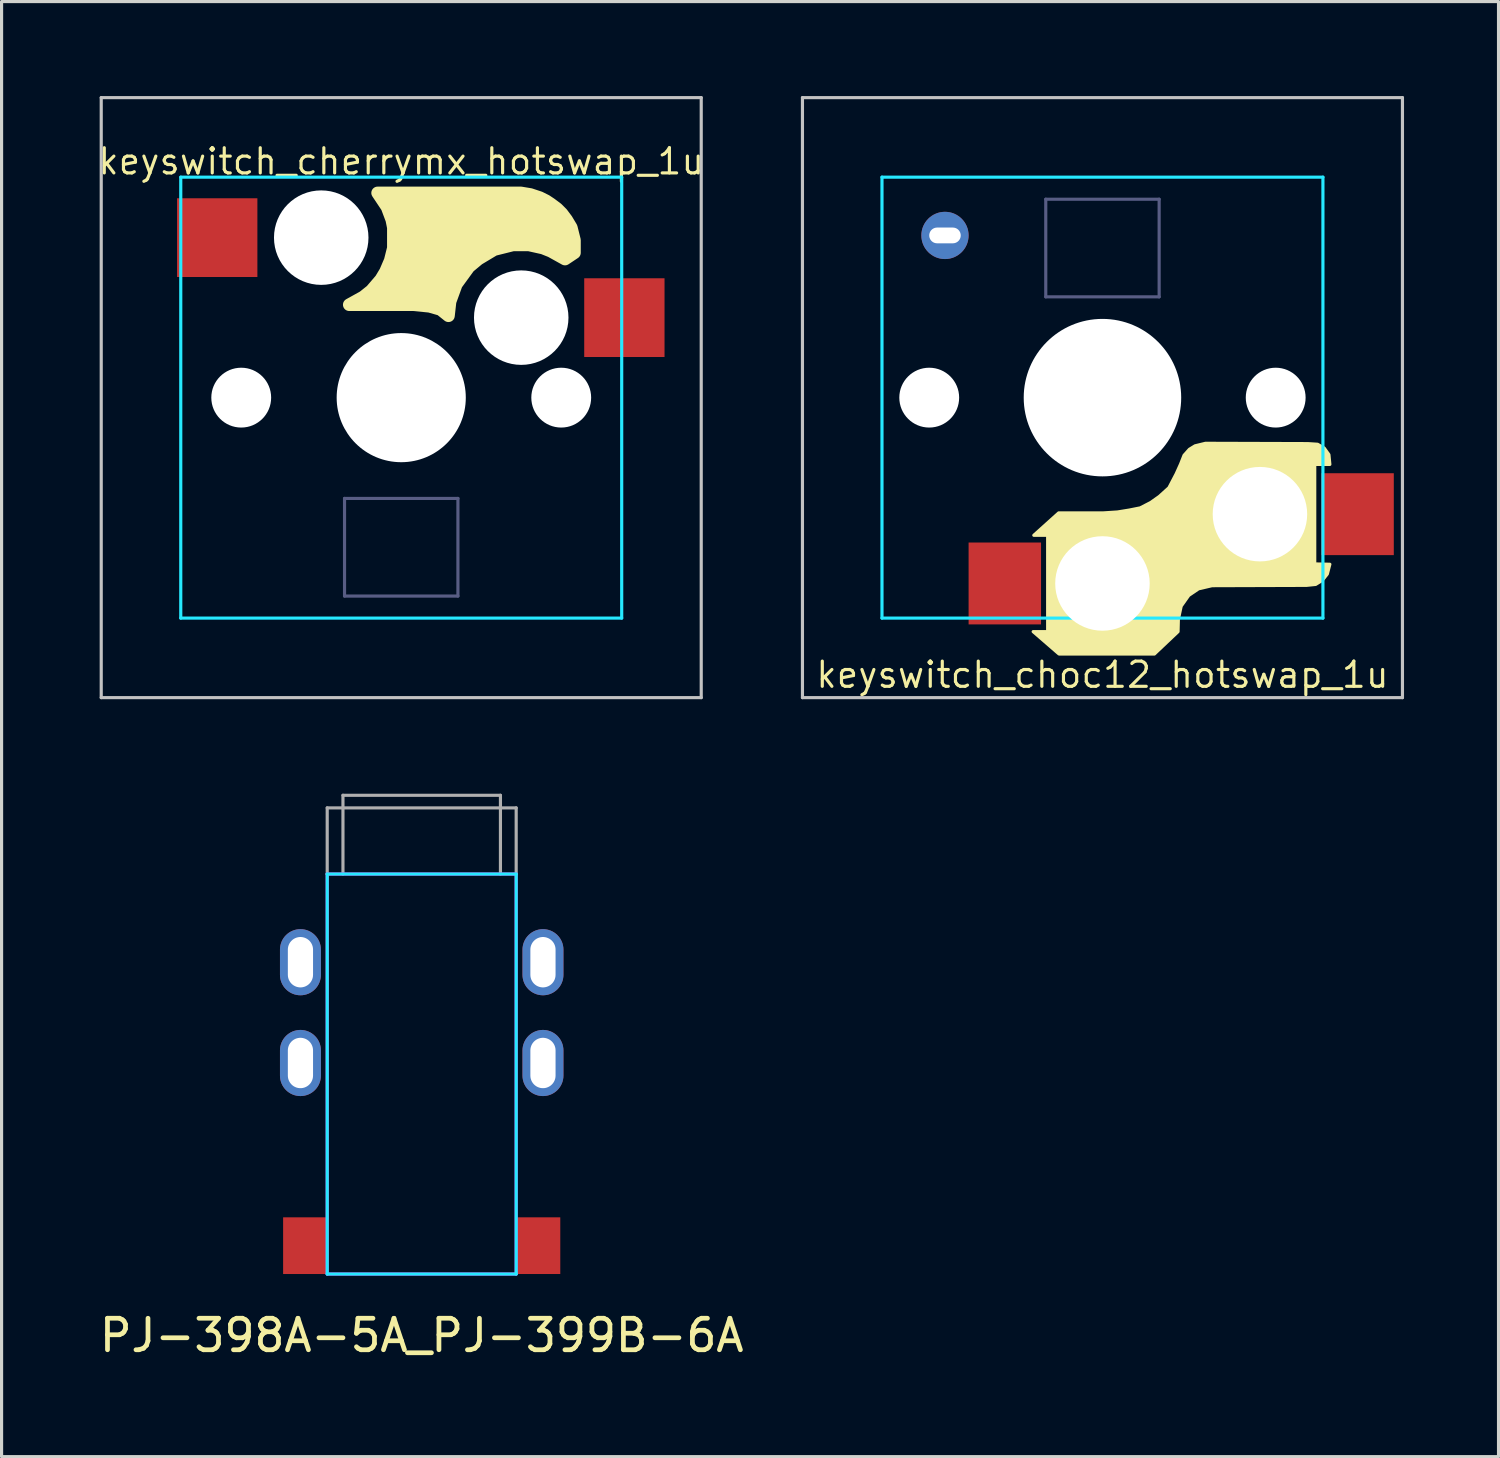
<source format=kicad_pcb>
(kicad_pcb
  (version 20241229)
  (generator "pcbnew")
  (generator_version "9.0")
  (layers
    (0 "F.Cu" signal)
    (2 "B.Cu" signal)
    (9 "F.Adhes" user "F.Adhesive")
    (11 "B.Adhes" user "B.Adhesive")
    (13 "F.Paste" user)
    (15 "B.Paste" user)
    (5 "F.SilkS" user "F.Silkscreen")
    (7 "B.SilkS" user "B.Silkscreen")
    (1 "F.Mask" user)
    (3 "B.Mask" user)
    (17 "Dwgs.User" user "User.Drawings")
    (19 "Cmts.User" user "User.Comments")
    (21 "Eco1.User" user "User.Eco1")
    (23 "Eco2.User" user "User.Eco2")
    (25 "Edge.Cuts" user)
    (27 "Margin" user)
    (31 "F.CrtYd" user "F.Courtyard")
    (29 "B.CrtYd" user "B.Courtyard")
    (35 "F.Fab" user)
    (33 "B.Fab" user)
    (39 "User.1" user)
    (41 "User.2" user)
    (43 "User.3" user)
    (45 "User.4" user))
  (footprint "PJ-398A-5A_PJ-399B-6A"
    (layer "F.Cu")
    (at 10.339 24.7)
    (property "Reference" "PJ-398A-5A_PJ-399B-6A" (at 0 14.65 0) (layer "F.SilkS") (effects (font (size 1 1) (thickness 0.15))))
    (attr through_hole)
    (fp_line (start -3 0) (end -3 12.7) (stroke (width 0.1) (type solid)) (layer "B.CrtYd"))
    (fp_line (start -3 0) (end 3 0) (stroke (width 0.1) (type solid)) (layer "B.CrtYd"))
    (fp_line (start -3 12.7) (end 3 12.7) (stroke (width 0.1) (type solid)) (layer "B.CrtYd"))
    (fp_line (start 3 0) (end 3 12.7) (stroke (width 0.1) (type solid)) (layer "B.CrtYd"))
    (fp_line (start -3 0) (end -3 12.7) (stroke (width 0.1) (type solid)) (layer "F.CrtYd"))
    (fp_line (start -3 0) (end 3 0) (stroke (width 0.1) (type solid)) (layer "F.CrtYd"))
    (fp_line (start -3 12.7) (end 3 12.7) (stroke (width 0.1) (type solid)) (layer "F.CrtYd"))
    (fp_line (start 3 0) (end 3 12.7) (stroke (width 0.1) (type solid)) (layer "F.CrtYd"))
    (fp_line (start -3 -2.1) (end 3 -2.1) (stroke (width 0.1) (type default)) (layer "F.Fab"))
    (fp_line (start -3 0) (end -3 -2.1) (stroke (width 0.1) (type default)) (layer "F.Fab"))
    (fp_line (start -2.5 -2.5) (end -2.5 0) (stroke (width 0.1) (type default)) (layer "F.Fab"))
    (fp_line (start -2.5 -2.5) (end 2.5 -2.5) (stroke (width 0.1) (type default)) (layer "F.Fab"))
    (fp_line (start 2.5 -2.5) (end 2.5 0) (stroke (width 0.1) (type default)) (layer "F.Fab"))
    (fp_line (start 3 0) (end 3 -2.1) (stroke (width 0.1) (type default)) (layer "F.Fab"))
    (pad "R1" thru_hole oval (at -3.85 6) (size 1.3 2.1) (drill oval 0.8 1.6) (layers "*.Cu" "*.Mask"))
    (pad "R1" thru_hole oval (at 3.85 6) (size 1.3 2.1) (drill oval 0.8 1.6) (layers "*.Cu" "*.Mask"))
    (pad "S" thru_hole oval (at -3.85 2.8) (size 1.3 2.1) (drill oval 0.8 1.6) (layers "*.Cu" "*.Mask"))
    (pad "S" thru_hole oval (at 3.85 2.8) (size 1.3 2.1) (drill oval 0.8 1.6) (layers "*.Cu" "*.Mask"))
    (pad "T" smd rect (at -3.7 11.8) (size 1.4 1.8) (layers "F.Cu" "F.Mask" "F.Paste"))
    (pad "T" smd rect (at 3.7 11.8) (size 1.4 1.8) (layers "F.Cu" "F.Mask" "F.Paste")))
  (footprint "keyswitch_choc12_hotswap_1u"
    (layer "F.Cu")
    (at 31.953 9.575)
    (property "Reference" "keyswitch_choc12_hotswap_1u" (at 0 8.8 0) (layer "F.SilkS") (effects (font (size 0.8 0.8) (thickness 0.1) (bold yes))))
    (attr smd)
    (fp_poly (pts (xy 1.8 3.14) (xy 2.11 2.86) (xy 2.34 2.42) (xy 2.48 2.11) (xy 2.59 1.83) (xy 2.76 1.64) (xy 2.94 1.53) (xy 3.27 1.45) (xy 6.52 1.46) (xy 6.83 1.48) (xy 7.04 1.6) (xy 7.19 1.81) (xy 7.22 2.12) (xy 6.74 2.12) (xy 6.74 5.28) (xy 7.22 5.29) (xy 7.14 5.6) (xy 6.98 5.8) (xy 6.77 5.93) (xy 6.48 5.96) (xy 3.48 5.97) (xy 3.05 6.07) (xy 2.74 6.28) (xy 2.5 6.62) (xy 2.41 7.04) (xy 2.4 7.43) (xy 1.65 8.14) (xy -1.38 8.14) (xy -2.2 7.43) (xy -1.74 7.43) (xy -1.74 4.37) (xy -2.18 4.37) (xy -1.39 3.66) (xy 0.02 3.66) (xy 0.48 3.63) (xy 0.85 3.57) (xy 1.2 3.5) (xy 1.53 3.33)) (stroke (width 0.1) (type solid)) (fill yes) (layer "F.SilkS"))
    (fp_line (start -9.525 -9.525) (end -9.525 9.525) (stroke (width 0.1) (type solid)) (layer "Dwgs.User"))
    (fp_line (start -9.525 9.525) (end 9.525 9.525) (stroke (width 0.1) (type solid)) (layer "Dwgs.User"))
    (fp_line (start 9.525 -9.525) (end -9.525 -9.525) (stroke (width 0.1) (type solid)) (layer "Dwgs.User"))
    (fp_line (start 9.525 9.525) (end 9.525 -9.525) (stroke (width 0.1) (type solid)) (layer "Dwgs.User"))
    (fp_line (start -7 -7) (end -7 7) (stroke (width 0.1) (type solid)) (layer "B.CrtYd"))
    (fp_line (start -7 7) (end 7 7) (stroke (width 0.1) (type solid)) (layer "B.CrtYd"))
    (fp_line (start 7 -7) (end -7 -7) (stroke (width 0.1) (type solid)) (layer "B.CrtYd"))
    (fp_line (start 7 7) (end 7 -7) (stroke (width 0.1) (type solid)) (layer "B.CrtYd"))
    (fp_line (start -1.8 -6.3) (end 1.8 -6.3) (stroke (width 0.1) (type default)) (layer "B.Fab"))
    (fp_line (start -1.8 -3.2) (end -1.8 -6.3) (stroke (width 0.1) (type default)) (layer "B.Fab"))
    (fp_line (start -1.8 -3.2) (end 1.8 -3.2) (stroke (width 0.1) (type default)) (layer "B.Fab"))
    (fp_line (start 1.8 -3.2) (end 1.8 -6.3) (stroke (width 0.1) (type default)) (layer "B.Fab"))
    (pad "" np_thru_hole circle (at -5.5 0 270) (size 1.9 1.9) (drill 1.9) (layers "*.Cu" "*.Mask"))
    (pad "" thru_hole circle (at -5 -5.15) (size 1.5 1.5) (drill oval 1 0.5) (layers "*.Cu" "F.Mask"))
    (pad "" np_thru_hole circle (at 0 0 270) (size 5 5) (drill 5) (layers "*.Cu" "*.Mask"))
    (pad "" np_thru_hole circle (at 0 5.9 270) (size 3 3) (drill 3) (layers "*.Cu" "*.Mask"))
    (pad "" np_thru_hole circle (at 5 3.7 270) (size 3 3) (drill 3) (layers "*.Cu" "*.Mask"))
    (pad "" np_thru_hole circle (at 5.5 0 270) (size 1.9 1.9) (drill 1.9) (layers "*.Cu" "*.Mask"))
    (pad "1" smd rect (at 8.1 3.7 180) (size 2.3 2.6) (layers "F.Cu" "F.Mask" "F.Paste"))
    (pad "2" smd rect (at -3.1 5.9 180) (size 2.3 2.6) (layers "F.Cu" "F.Mask" "F.Paste")))
  (footprint "keyswitch_cherrymx_hotswap_1u"
    (layer "F.Cu")
    (at 9.689 9.575)
    (property "Reference" "keyswitch_cherrymx_hotswap_1u" (at 0 -7.5 0) (layer "F.SilkS") (effects (font (size 0.8 0.8) (thickness 0.1) (bold yes))))
    (attr smd)
    (fp_poly (pts (xy 3.6 -6.5) (xy 3.8 -6.5) (xy 4.1 -6.45) (xy 4.4 -6.35) (xy 4.6 -6.25) (xy 4.75 -6.15) (xy 4.95 -6) (xy 5.1 -5.85) (xy 5.25 -5.65) (xy 5.4 -5.4) (xy 5.5 -5) (xy 5.5 -4.6) (xy 5.35 -4.5) (xy 5.2 -4.4) (xy 4.75 -4.65) (xy 4.5 -4.75) (xy 4.05 -4.85) (xy 3.55 -4.85) (xy 2.95 -4.7) (xy 2.45 -4.4) (xy 2.15 -4.15) (xy 1.75 -3.6) (xy 1.55 -3.05) (xy 1.5 -2.6) (xy 1.25 -2.8) (xy 0.9 -2.9) (xy 0.4 -2.95) (xy -1.65 -2.95) (xy -1.2 -3.2) (xy -0.95 -3.4) (xy -0.65 -3.75) (xy -0.5 -4) (xy -0.35 -4.35) (xy -0.25 -4.75) (xy -0.25 -5.05) (xy -0.25 -5.4) (xy -0.3 -5.65) (xy -0.45 -6.05) (xy -0.75 -6.5)) (stroke (width 0.4) (type solid)) (fill yes) (layer "F.SilkS"))
    (fp_line (start -9.525 -9.525) (end -9.525 9.525) (stroke (width 0.1) (type solid)) (layer "Dwgs.User"))
    (fp_line (start -9.525 9.525) (end 9.525 9.525) (stroke (width 0.1) (type solid)) (layer "Dwgs.User"))
    (fp_line (start 9.525 -9.525) (end -9.525 -9.525) (stroke (width 0.1) (type solid)) (layer "Dwgs.User"))
    (fp_line (start 9.525 9.525) (end 9.525 -9.525) (stroke (width 0.1) (type solid)) (layer "Dwgs.User"))
    (fp_line (start -7 7) (end -7 -7) (stroke (width 0.1) (type default)) (layer "B.CrtYd"))
    (fp_line (start 7 -7) (end -7 -7) (stroke (width 0.1) (type default)) (layer "B.CrtYd"))
    (fp_line (start 7 -7) (end 7 7) (stroke (width 0.1) (type default)) (layer "B.CrtYd"))
    (fp_line (start 7 7) (end -7 7) (stroke (width 0.1) (type default)) (layer "B.CrtYd"))
    (fp_line (start -1.8 3.2) (end -1.8 6.3) (stroke (width 0.1) (type default)) (layer "B.Fab"))
    (fp_line (start 1.8 3.2) (end -1.8 3.2) (stroke (width 0.1) (type default)) (layer "B.Fab"))
    (fp_line (start 1.8 3.2) (end 1.8 6.3) (stroke (width 0.1) (type default)) (layer "B.Fab"))
    (fp_line (start 1.8 6.3) (end -1.8 6.3) (stroke (width 0.1) (type default)) (layer "B.Fab"))
    (pad "" np_thru_hole circle (at -5.08 0) (size 1.9 1.9) (drill 1.9) (layers "*.Cu" "*.Mask"))
    (pad "" np_thru_hole circle (at -2.54 -5.08) (size 3 3) (drill 3) (layers "*.Cu" "*.Mask"))
    (pad "" np_thru_hole circle (at 0 0 270) (size 4.1 4.1) (drill 4.1) (layers "*.Cu" "*.Mask"))
    (pad "" np_thru_hole circle (at 3.81 -2.54) (size 3 3) (drill 3) (layers "*.Cu" "*.Mask"))
    (pad "" np_thru_hole circle (at 5.08 0) (size 1.9 1.9) (drill 1.9) (layers "*.Cu" "*.Mask"))
    (pad "1" smd rect (at 7.085 -2.54 180) (size 2.55 2.5) (layers "F.Cu" "F.Mask" "F.Paste"))
    (pad "2" smd rect (at -5.842 -5.08 180) (size 2.55 2.5) (layers "F.Cu" "F.Mask" "F.Paste")))
  (gr_rect
    (start -3 -3)
    (end 44.528 43.198)
    (stroke (width 0.1) (type default))
    (fill no)
    (layer "Edge.Cuts")))
</source>
